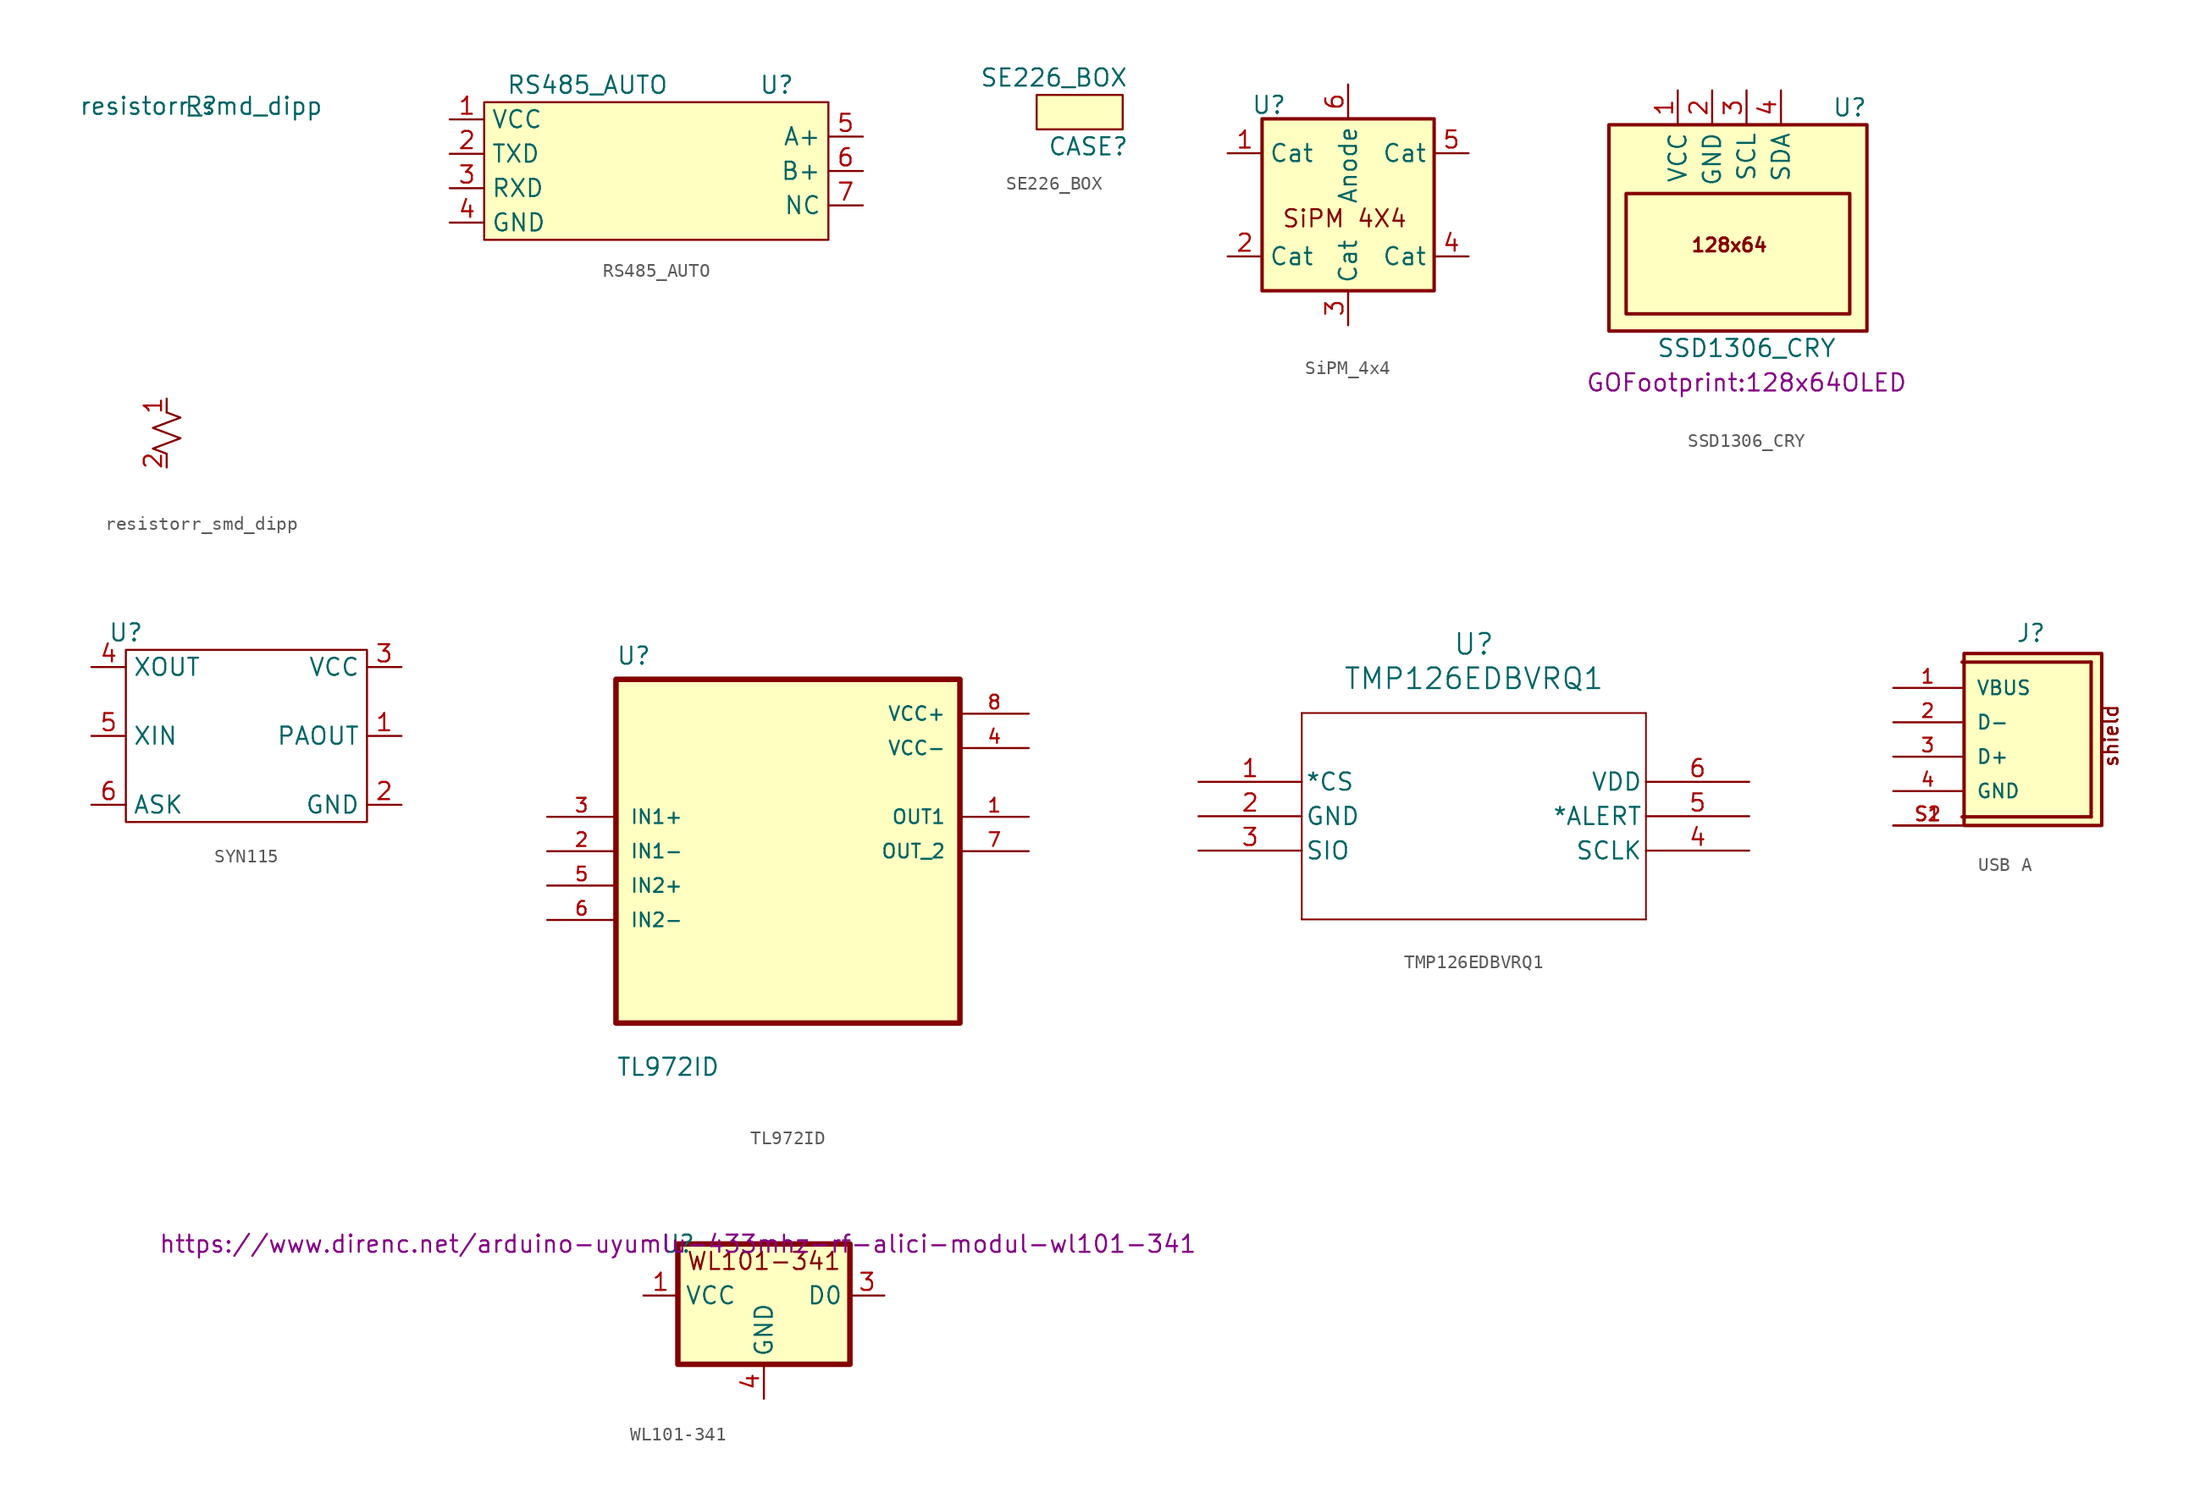
<source format=kicad_sym>
(kicad_symbol_lib
  (version 20241209)
  (generator "kicad_symbol_editor")
  (generator_version "9.0")
  (symbol "resistorr_smd_dipp"
    (property "Reference" "R"
      (at 2.54 24.13 0)
      (effects (font (size 1.27 1.27))))
    (property "Value" "resistorr_smd_dipp"
      (at 2.54 24.13 0)
      (effects (font (size 1.27 1.27))))
    (symbol "resistorr_smd_dipp_1_1"
      (polyline (pts (xy 0 1.524) (xy 1.016 1.143) (xy 0 0.762) (xy -1.016 0.381) (xy 0 0)) (stroke (width 0) (type default)) (fill (type none)))
      (polyline (pts (xy 0 0) (xy 1.016 -0.381) (xy 0 -0.762) (xy -1.016 -1.143) (xy 0 -1.524)) (stroke (width 0) (type default)) (fill (type none)))
      (pin passive line (at 0 2.54 270) (length 1.016) (name "~" (effects (font (size 1.27 1.27)))) (number "1" (effects (font (size 1.27 1.27)))))
      (pin passive line (at 0 -2.54 90) (length 1.016) (name "~" (effects (font (size 1.27 1.27)))) (number "2" (effects (font (size 1.27 1.27)))))))
  (symbol "RS485_AUTO"
    (property "Reference" "U"
      (at 10.16 7.62 0)
      (effects (font (size 1.27 1.27))))
    (property "Value" "RS485_AUTO"
      (at -3.81 7.62 0)
      (effects (font (size 1.27 1.27))))
    (symbol "RS485_AUTO_0_1"
      (rectangle (start -11.43 6.35) (end 13.97 -3.81) (stroke (width 0.152) (type default)) (fill (type background))))
    (symbol "RS485_AUTO_1_1"
      (pin passive line (at -13.97 5.08 0) (length 2.54) (name "VCC" (effects (font (size 1.27 1.27)))) (number "1" (effects (font (size 1.27 1.27)))))
      (pin passive line (at -13.97 2.54 0) (length 2.54) (name "TXD" (effects (font (size 1.27 1.27)))) (number "2" (effects (font (size 1.27 1.27)))))
      (pin passive line (at -13.97 0 0) (length 2.54) (name "RXD" (effects (font (size 1.27 1.27)))) (number "3" (effects (font (size 1.27 1.27)))))
      (pin passive line (at -13.97 -2.54 0) (length 2.54) (name "GND" (effects (font (size 1.27 1.27)))) (number "4" (effects (font (size 1.27 1.27)))))
      (pin passive line (at 16.51 3.81 180) (length 2.54) (name "A+" (effects (font (size 1.27 1.27)))) (number "5" (effects (font (size 1.27 1.27)))))
      (pin passive line (at 16.51 1.27 180) (length 2.54) (name "B+" (effects (font (size 1.27 1.27)))) (number "6" (effects (font (size 1.27 1.27)))))
      (pin passive line (at 16.51 -1.27 180) (length 2.54) (name "NC" (effects (font (size 1.27 1.27)))) (number "7" (effects (font (size 1.27 1.27)))))))
  (symbol "SE226_BOX"
    (property "Reference" "CASE"
      (at 2.54 -2.54 0)
      (effects (font (size 1.27 1.27))))
    (property "Value" "SE226_BOX"
      (at 0 2.54 0)
      (effects (font (size 1.27 1.27))))
    (symbol "SE226_BOX_0_1"
      (rectangle (start -1.27 1.27) (end 5.08 -1.27) (stroke (width 0.152) (type default)) (fill (type background)))))
  (symbol "SiPM_4x4"
    (property "Reference" "U"
      (at 0.508 1.016 0)
      (effects (font (size 1.27 1.27))))
    (property "Value" ""
      (at 0 0 0)
      (effects (font (size 1.27 1.27))))
    (symbol "SiPM_4x4_0_1"
      (rectangle (start 0 0) (end 12.7 -12.7) (stroke (width 0.254) (type default)) (fill (type background))))
    (symbol "SiPM_4x4_1_1"
      (text "SiPM 4X4" (at 6.096 -7.366 0) (effects (font (size 1.27 1.27))))
      (pin input line (at -2.54 -2.54 0) (length 2.54) (name "Cat" (effects (font (size 1.27 1.27)))) (number "1" (effects (font (size 1.27 1.27)))))
      (pin input line (at -2.54 -10.16 0) (length 2.54) (name "Cat" (effects (font (size 1.27 1.27)))) (number "2" (effects (font (size 1.27 1.27)))))
      (pin input line (at 6.35 2.54 270) (length 2.54) (name "Anode" (effects (font (size 1.27 1.27)))) (number "6" (effects (font (size 1.27 1.27)))))
      (pin input line (at 6.35 -15.24 90) (length 2.54) (name "Cat" (effects (font (size 1.27 1.27)))) (number "3" (effects (font (size 1.27 1.27)))))
      (pin input line (at 15.24 -2.54 180) (length 2.54) (name "Cat" (effects (font (size 1.27 1.27)))) (number "5" (effects (font (size 1.27 1.27)))))
      (pin input line (at 15.24 -10.16 180) (length 2.54) (name "Cat" (effects (font (size 1.27 1.27)))) (number "4" (effects (font (size 1.27 1.27)))))))
  (symbol "SSD1306_CRY"
    (property "Reference" "U"
      (at 8.89 10.16 0)
      (effects (font (size 1.27 1.27))))
    (property "Value" "SSD1306_CRY"
      (at 1.27 -7.62 0)
      (effects (font (size 1.27 1.27))))
    (property "Footprint" "GOFootprint:128x64OLED"
      (at 1.27 -10.16 0)
      (effects (font (size 1.27 1.27))))
    (symbol "SSD1306_CRY_0_0"
      (rectangle (start -7.62 3.81) (end 8.89 -5.08) (stroke (width 0.254) (type default)) (fill (type background)))
      (text "128x64" (at 0 0 0) (effects (font (size 0.991 0.991) (bold yes)))))
    (symbol "SSD1306_CRY_0_1"
      (rectangle (start -8.89 8.89) (end 10.16 -6.35) (stroke (width 0.254) (type default)) (fill (type background))))
    (symbol "SSD1306_CRY_1_1"
      (pin input line (at -3.81 11.43 270) (length 2.54) (name "VCC" (effects (font (size 1.27 1.27)))) (number "1" (effects (font (size 1.27 1.27)))))
      (pin input line (at -1.27 11.43 270) (length 2.54) (name "GND" (effects (font (size 1.27 1.27)))) (number "2" (effects (font (size 1.27 1.27)))))
      (pin input line (at 1.27 11.43 270) (length 2.54) (name "SCL" (effects (font (size 1.27 1.27)))) (number "3" (effects (font (size 1.27 1.27)))))
      (pin input line (at 3.81 11.43 270) (length 2.54) (name "SDA" (effects (font (size 1.27 1.27)))) (number "4" (effects (font (size 1.27 1.27)))))))
  (symbol "SYN115"
    (property "Reference" "U"
      (at 0 1.27 0)
      (effects (font (size 1.27 1.27))))
    (property "Value" ""
      (at 0 0 0)
      (effects (font (size 1.27 1.27))))
    (symbol "SYN115_0_1"
      (rectangle (start 0 0) (end 17.78 -12.7) (stroke (width 0.152) (type default)) (fill (type none))))
    (symbol "SYN115_1_1"
      (pin input line (at -2.54 -1.27 0) (length 2.54) (name "XOUT" (effects (font (size 1.27 1.27)))) (number "4" (effects (font (size 1.27 1.27)))))
      (pin input line (at -2.54 -6.35 0) (length 2.54) (name "XIN" (effects (font (size 1.27 1.27)))) (number "5" (effects (font (size 1.27 1.27)))))
      (pin input line (at -2.54 -11.43 0) (length 2.54) (name "ASK" (effects (font (size 1.27 1.27)))) (number "6" (effects (font (size 1.27 1.27)))))
      (pin input line (at 20.32 -1.27 180) (length 2.54) (name "VCC" (effects (font (size 1.27 1.27)))) (number "3" (effects (font (size 1.27 1.27)))))
      (pin input line (at 20.32 -6.35 180) (length 2.54) (name "PAOUT" (effects (font (size 1.27 1.27)))) (number "1" (effects (font (size 1.27 1.27)))))
      (pin input line (at 20.32 -11.43 180) (length 2.54) (name "GND" (effects (font (size 1.27 1.27)))) (number "2" (effects (font (size 1.27 1.27)))))))
  (symbol "TL972ID"
    (pin_names
      (offset 1.016))
    (property "Reference" "U"
      (at -12.7 13.691 0)
      (effects (font (size 1.27 1.27)) (justify left bottom)))
    (property "Value" "TL972ID"
      (at -12.7 -16.688 0)
      (effects (font (size 1.27 1.27)) (justify left bottom)))
    (symbol "TL972ID_0_0"
      (rectangle (start -12.7 -12.7) (end 12.7 12.7) (stroke (width 0.406) (type default)) (fill (type background)))
      (pin input line (at -17.78 2.54 0) (length 5.08) (name "IN1+" (effects (font (size 1.016 1.016)))) (number "3" (effects (font (size 1.016 1.016)))))
      (pin input line (at -17.78 0 0) (length 5.08) (name "IN1-" (effects (font (size 1.016 1.016)))) (number "2" (effects (font (size 1.016 1.016)))))
      (pin input line (at -17.78 -2.54 0) (length 5.08) (name "IN2+" (effects (font (size 1.016 1.016)))) (number "5" (effects (font (size 1.016 1.016)))))
      (pin input line (at -17.78 -5.08 0) (length 5.08) (name "IN2-" (effects (font (size 1.016 1.016)))) (number "6" (effects (font (size 1.016 1.016)))))
      (pin power_in line (at 17.78 10.16 180) (length 5.08) (name "VCC+" (effects (font (size 1.016 1.016)))) (number "8" (effects (font (size 1.016 1.016)))))
      (pin power_in line (at 17.78 7.62 180) (length 5.08) (name "VCC-" (effects (font (size 1.016 1.016)))) (number "4" (effects (font (size 1.016 1.016)))))
      (pin output line (at 17.78 2.54 180) (length 5.08) (name "OUT1" (effects (font (size 1.016 1.016)))) (number "1" (effects (font (size 1.016 1.016)))))
      (pin output line (at 17.78 0 180) (length 5.08) (name "OUT_2" (effects (font (size 1.016 1.016)))) (number "7" (effects (font (size 1.016 1.016)))))))
  (symbol "TMP126EDBVRQ1"
    (pin_names
      (offset 0.254))
    (property "Reference" "U"
      (at 20.32 10.16 0)
      (effects (font (size 1.524 1.524))))
    (property "Value" "TMP126EDBVRQ1"
      (at 20.32 7.62 0)
      (effects (font (size 1.524 1.524))))
    (symbol "TMP126EDBVRQ1_0_1"
      (polyline (pts (xy 7.62 5.08) (xy 7.62 -10.16)) (stroke (width 0.127) (type default)) (fill (type none)))
      (polyline (pts (xy 7.62 -10.16) (xy 33.02 -10.16)) (stroke (width 0.127) (type default)) (fill (type none)))
      (polyline (pts (xy 33.02 5.08) (xy 7.62 5.08)) (stroke (width 0.127) (type default)) (fill (type none)))
      (polyline (pts (xy 33.02 -10.16) (xy 33.02 5.08)) (stroke (width 0.127) (type default)) (fill (type none)))
      (pin input line (at 0 0 0) (length 7.62) (name "*CS" (effects (font (size 1.27 1.27)))) (number "1" (effects (font (size 1.27 1.27)))))
      (pin power_out line (at 0 -2.54 0) (length 7.62) (name "GND" (effects (font (size 1.27 1.27)))) (number "2" (effects (font (size 1.27 1.27)))))
      (pin bidirectional line (at 0 -5.08 0) (length 7.62) (name "SIO" (effects (font (size 1.27 1.27)))) (number "3" (effects (font (size 1.27 1.27)))))
      (pin power_in line (at 40.64 0 180) (length 7.62) (name "VDD" (effects (font (size 1.27 1.27)))) (number "6" (effects (font (size 1.27 1.27)))))
      (pin output line (at 40.64 -2.54 180) (length 7.62) (name "*ALERT" (effects (font (size 1.27 1.27)))) (number "5" (effects (font (size 1.27 1.27)))))
      (pin input line (at 40.64 -5.08 180) (length 7.62) (name "SCLK" (effects (font (size 1.27 1.27)))) (number "4" (effects (font (size 1.27 1.27)))))))
  (symbol "USB A"
    (pin_names
      (offset 1.016))
    (property "Reference" "J"
      (at 0 5.842 0)
      (effects (font (size 1.27 1.27)) (justify bottom)))
    (symbol "USB A_0_0"
      (polyline (pts (xy -5.08 4.445) (xy 4.445 4.445)) (stroke (width 0.254) (type default)) (fill (type none)))
      (rectangle (start -4.935 -7.62) (end 5.225 5.08) (stroke (width 0.254) (type default)) (fill (type background)))
      (polyline (pts (xy 4.445 4.445) (xy 4.445 -6.985)) (stroke (width 0.254) (type default)) (fill (type none)))
      (polyline (pts (xy 4.445 -6.985) (xy -5.08 -6.985)) (stroke (width 0.254) (type default)) (fill (type none)))
      (text "shield" (at 6.51 -3.37 900) (effects (font (size 1.016 1.016)) (justify left bottom)))
      (text "shield" (at 6.51 -3.37 900) (effects (font (size 1.016 1.016)) (justify left bottom)))
      (pin passive line (at -10.16 2.54 0) (length 5.08) (name "VBUS" (effects (font (size 1.016 1.016)))) (number "1" (effects (font (size 1.016 1.016)))))
      (pin passive line (at -10.16 0 0) (length 5.08) (name "D-" (effects (font (size 1.016 1.016)))) (number "2" (effects (font (size 1.016 1.016)))))
      (pin passive line (at -10.16 -2.54 0) (length 5.08) (name "D+" (effects (font (size 1.016 1.016)))) (number "3" (effects (font (size 1.016 1.016)))))
      (pin passive line (at -10.16 -5.08 0) (length 5.08) (name "GND" (effects (font (size 1.016 1.016)))) (number "4" (effects (font (size 1.016 1.016)))))
      (pin passive line (at -10.16 -7.62 0) (length 5.08) (name "~" (effects (font (size 1.016 1.016)))) (number "S1" (effects (font (size 1.016 1.016)))))
      (pin passive line (at -10.16 -7.62 0) (length 5.08) (name "~" (effects (font (size 1.016 1.016)))) (number "S2" (effects (font (size 1.016 1.016)))))))
  (symbol "WL101-341"
    (property "Reference" "U"
      (at 0 0 0)
      (effects (font (size 1.27 1.27))))
    (property "Value" ""
      (at 0 0 0)
      (effects (font (size 1.27 1.27))))
    (property "link" "https://www.direnc.net/arduino-uyumlu-433mhz-rf-alici-modul-wl101-341"
      (at 0 0 0)
      (effects (font (size 1.27 1.27))))
    (symbol "WL101-341_0_0"
      (rectangle (start 0 0) (end 12.7 -8.89) (stroke (width 0.406) (type default)) (fill (type background))))
    (symbol "WL101-341_1_1"
      (text "WL101-341" (at 6.35 -1.27 0) (effects (font (size 1.27 1.27))))
      (pin input line (at -2.54 -3.81 0) (length 2.54) (name "VCC" (effects (font (size 1.27 1.27)))) (number "1" (effects (font (size 1.27 1.27)))))
      (pin input line (at 6.35 -11.43 90) (length 2.54) (name "GND" (effects (font (size 1.27 1.27)))) (number "4" (effects (font (size 1.27 1.27)))))
      (pin input line (at 15.24 -3.81 180) (length 2.54) (name "D0" (effects (font (size 1.27 1.27)))) (number "3" (effects (font (size 1.27 1.27))))))))
</source>
